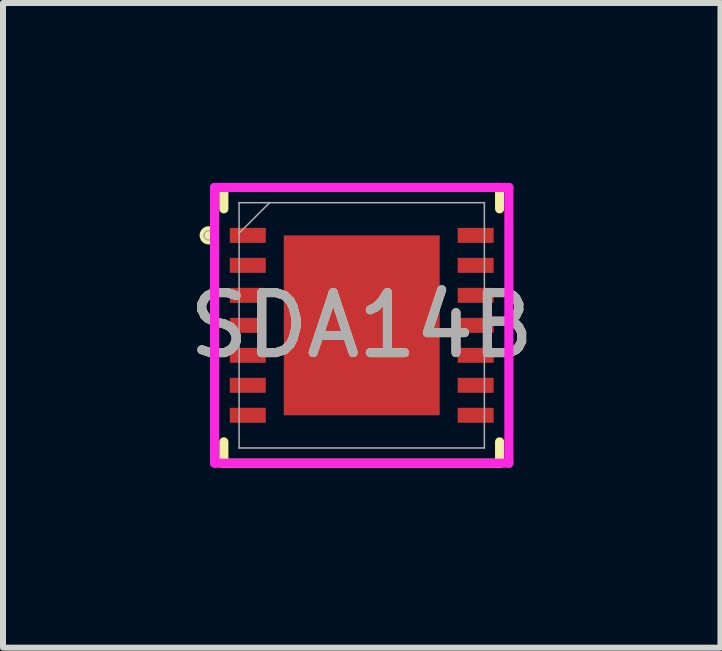
<source format=kicad_pcb>
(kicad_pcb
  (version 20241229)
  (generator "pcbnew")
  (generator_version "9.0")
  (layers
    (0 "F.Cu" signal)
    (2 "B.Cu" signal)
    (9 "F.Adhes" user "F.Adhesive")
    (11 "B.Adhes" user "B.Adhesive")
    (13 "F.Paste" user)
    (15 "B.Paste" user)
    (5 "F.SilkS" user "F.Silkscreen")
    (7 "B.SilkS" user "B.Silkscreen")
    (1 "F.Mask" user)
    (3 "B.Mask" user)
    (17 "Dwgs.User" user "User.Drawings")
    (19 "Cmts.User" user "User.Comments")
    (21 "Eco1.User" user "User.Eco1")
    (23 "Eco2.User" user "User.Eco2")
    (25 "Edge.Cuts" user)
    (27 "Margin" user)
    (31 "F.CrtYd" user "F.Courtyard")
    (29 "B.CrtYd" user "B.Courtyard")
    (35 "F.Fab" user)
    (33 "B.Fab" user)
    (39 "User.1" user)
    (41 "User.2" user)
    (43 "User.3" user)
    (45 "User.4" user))
  (footprint "SDA14B"
    (layer "F.Cu")
    (at 2.982 2.375)
    (property "Reference" "SDA14B" (at 0 0 0) (unlocked yes) (layer "F.SilkS") (effects (font (size 1 1) (thickness 0.15))))
    (attr smd)
    (fp_line (start -2.299 -2.299) (end -2.299 -1.943) (stroke (width 0.152) (type solid)) (layer "F.SilkS"))
    (fp_line (start -2.299 1.943) (end -2.299 2.299) (stroke (width 0.152) (type solid)) (layer "F.SilkS"))
    (fp_line (start -2.299 2.299) (end 2.299 2.299) (stroke (width 0.152) (type solid)) (layer "F.SilkS"))
    (fp_line (start 2.299 -2.299) (end -2.299 -2.299) (stroke (width 0.152) (type solid)) (layer "F.SilkS"))
    (fp_line (start 2.299 -1.943) (end 2.299 -2.299) (stroke (width 0.152) (type solid)) (layer "F.SilkS"))
    (fp_line (start 2.299 2.299) (end 2.299 1.943) (stroke (width 0.152) (type solid)) (layer "F.SilkS"))
    (fp_arc (start -2.532739 -1.426171) (mid -2.6278 -1.5) (end -2.532739 -1.573828) (stroke (width 0.1524) (type solid)) (layer "F.SilkS"))
    (fp_poly (pts (xy -2.403 -1.625) (xy -2.403 -1.375) (xy -1.803 -1.375) (xy -1.803 -1.625)) (stroke (width 0) (type solid)) (fill yes) (layer "F.Paste"))
    (fp_poly (pts (xy -2.403 -1.125) (xy -2.403 -0.875) (xy -1.803 -0.875) (xy -1.803 -1.125)) (stroke (width 0) (type solid)) (fill yes) (layer "F.Paste"))
    (fp_poly (pts (xy -2.403 -0.625) (xy -2.403 -0.375) (xy -1.803 -0.375) (xy -1.803 -0.625)) (stroke (width 0) (type solid)) (fill yes) (layer "F.Paste"))
    (fp_poly (pts (xy -2.403 -0.125) (xy -2.403 0.125) (xy -1.803 0.125) (xy -1.803 -0.125)) (stroke (width 0) (type solid)) (fill yes) (layer "F.Paste"))
    (fp_poly (pts (xy -2.403 0.375) (xy -2.403 0.625) (xy -1.803 0.625) (xy -1.803 0.375)) (stroke (width 0) (type solid)) (fill yes) (layer "F.Paste"))
    (fp_poly (pts (xy -2.403 0.875) (xy -2.403 1.125) (xy -1.803 1.125) (xy -1.803 0.875)) (stroke (width 0) (type solid)) (fill yes) (layer "F.Paste"))
    (fp_poly (pts (xy -2.403 1.375) (xy -2.403 1.625) (xy -1.803 1.625) (xy -1.803 1.375)) (stroke (width 0) (type solid)) (fill yes) (layer "F.Paste"))
    (fp_poly (pts (xy -1.2 -1.4) (xy -1.2 -0.1) (xy -0.1 -0.1) (xy -0.1 -1.4)) (stroke (width 0) (type solid)) (fill yes) (layer "F.Paste"))
    (fp_poly (pts (xy -1.2 0.1) (xy -1.2 1.4) (xy -0.1 1.4) (xy -0.1 0.1)) (stroke (width 0) (type solid)) (fill yes) (layer "F.Paste"))
    (fp_poly (pts (xy 0.1 -1.4) (xy 0.1 -0.1) (xy 1.2 -0.1) (xy 1.2 -1.4)) (stroke (width 0) (type solid)) (fill yes) (layer "F.Paste"))
    (fp_poly (pts (xy 0.1 0.1) (xy 0.1 1.4) (xy 1.2 1.4) (xy 1.2 0.1)) (stroke (width 0) (type solid)) (fill yes) (layer "F.Paste"))
    (fp_poly (pts (xy 1.803 -1.625) (xy 1.803 -1.375) (xy 2.403 -1.375) (xy 2.403 -1.625)) (stroke (width 0) (type solid)) (fill yes) (layer "F.Paste"))
    (fp_poly (pts (xy 1.803 -1.125) (xy 1.803 -0.875) (xy 2.403 -0.875) (xy 2.403 -1.125)) (stroke (width 0) (type solid)) (fill yes) (layer "F.Paste"))
    (fp_poly (pts (xy 1.803 -0.625) (xy 1.803 -0.375) (xy 2.403 -0.375) (xy 2.403 -0.625)) (stroke (width 0) (type solid)) (fill yes) (layer "F.Paste"))
    (fp_poly (pts (xy 1.803 -0.125) (xy 1.803 0.125) (xy 2.403 0.125) (xy 2.403 -0.125)) (stroke (width 0) (type solid)) (fill yes) (layer "F.Paste"))
    (fp_poly (pts (xy 1.803 0.375) (xy 1.803 0.625) (xy 2.403 0.625) (xy 2.403 0.375)) (stroke (width 0) (type solid)) (fill yes) (layer "F.Paste"))
    (fp_poly (pts (xy 1.803 0.875) (xy 1.803 1.125) (xy 2.403 1.125) (xy 2.403 0.875)) (stroke (width 0) (type solid)) (fill yes) (layer "F.Paste"))
    (fp_poly (pts (xy 1.803 1.375) (xy 1.803 1.625) (xy 2.403 1.625) (xy 2.403 1.375)) (stroke (width 0) (type solid)) (fill yes) (layer "F.Paste"))
    (fp_line (start -2.454 -2.299) (end 2.454 -2.299) (stroke (width 0.152) (type solid)) (layer "F.CrtYd"))
    (fp_line (start -2.454 2.299) (end -2.454 -2.299) (stroke (width 0.152) (type solid)) (layer "F.CrtYd"))
    (fp_line (start 2.454 -2.299) (end 2.454 2.299) (stroke (width 0.152) (type solid)) (layer "F.CrtYd"))
    (fp_line (start 2.454 2.299) (end -2.454 2.299) (stroke (width 0.152) (type solid)) (layer "F.CrtYd"))
    (fp_line (start -2.045 -2.045) (end -2.045 2.045) (stroke (width 0.025) (type solid)) (layer "F.Fab"))
    (fp_line (start -2.045 2.045) (end 2.045 2.045) (stroke (width 0.025) (type solid)) (layer "F.Fab"))
    (fp_line (start -1.537 -2.045) (end -2.045 -1.537) (stroke (width 0.025) (type solid)) (layer "F.Fab"))
    (fp_line (start 2.045 -2.045) (end -2.045 -2.045) (stroke (width 0.025) (type solid)) (layer "F.Fab"))
    (fp_line (start 2.045 2.045) (end 2.045 -2.045) (stroke (width 0.025) (type solid)) (layer "F.Fab"))
    (fp_circle (center -2.552 -1.5) (end -2.475 -1.5) (stroke (width 0.025) (type solid)) (fill no) (layer "F.Fab"))
    (fp_text user "${REFERENCE}" (at 0 0 0) (unlocked yes) (layer "F.Fab") (effects (font (size 1 1) (thickness 0.15))))
    (pad "1" smd rect (at -1.9 -1.5) (size 0.6 0.25) (layers "F.Cu" "F.Mask"))
    (pad "2" smd rect (at -1.9 -1) (size 0.6 0.25) (layers "F.Cu" "F.Mask"))
    (pad "3" smd rect (at -1.9 -0.5) (size 0.6 0.25) (layers "F.Cu" "F.Mask"))
    (pad "4" smd rect (at -1.9 0) (size 0.6 0.25) (layers "F.Cu" "F.Mask"))
    (pad "5" smd rect (at -1.9 0.5) (size 0.6 0.25) (layers "F.Cu" "F.Mask"))
    (pad "6" smd rect (at -1.9 1) (size 0.6 0.25) (layers "F.Cu" "F.Mask"))
    (pad "7" smd rect (at -1.9 1.5) (size 0.6 0.25) (layers "F.Cu" "F.Mask"))
    (pad "8" smd rect (at 1.9 1.5) (size 0.6 0.25) (layers "F.Cu" "F.Mask"))
    (pad "9" smd rect (at 1.9 1) (size 0.6 0.25) (layers "F.Cu" "F.Mask"))
    (pad "10" smd rect (at 1.9 0.5) (size 0.6 0.25) (layers "F.Cu" "F.Mask"))
    (pad "11" smd rect (at 1.9 0) (size 0.6 0.25) (layers "F.Cu" "F.Mask"))
    (pad "12" smd rect (at 1.9 -0.5) (size 0.6 0.25) (layers "F.Cu" "F.Mask"))
    (pad "13" smd rect (at 1.9 -1) (size 0.6 0.25) (layers "F.Cu" "F.Mask"))
    (pad "14" smd rect (at 1.9 -1.5) (size 0.6 0.25) (layers "F.Cu" "F.Mask"))
    (pad "15" smd rect (at 0 0) (size 2.6 3) (layers "F.Cu" "F.Mask")))
  (gr_rect
    (start -3 -3)
    (end 8.964 7.75)
    (stroke (width 0.1) (type default))
    (fill no)
    (layer "Edge.Cuts")))
</source>
